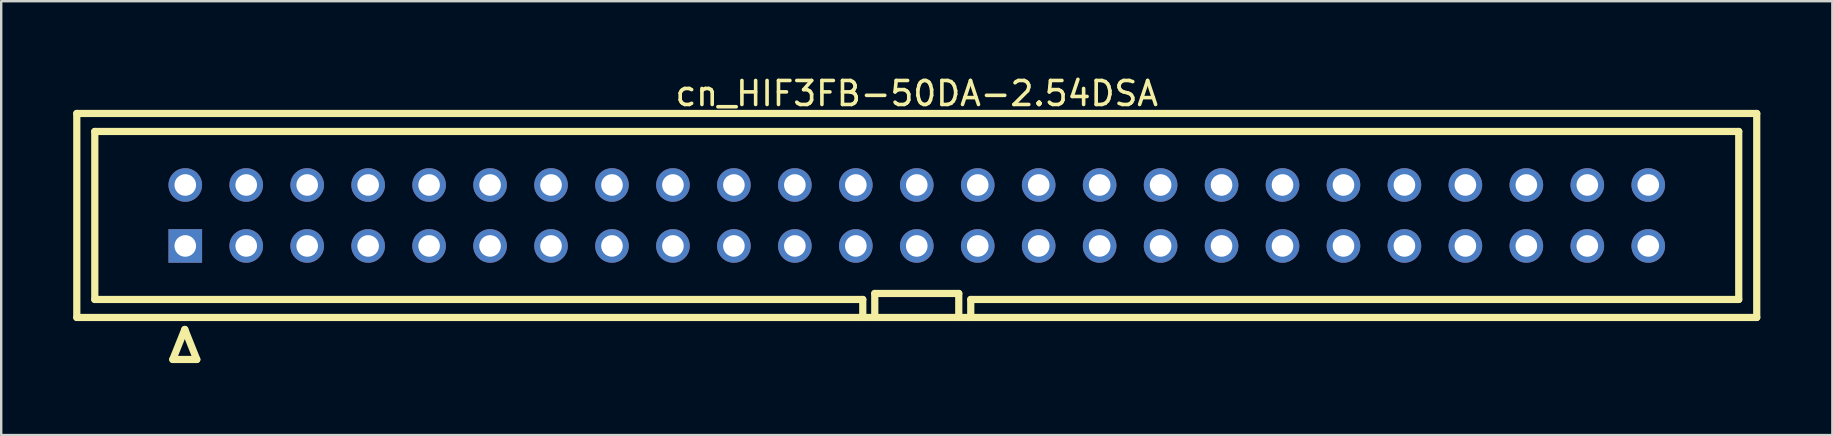
<source format=kicad_pcb>
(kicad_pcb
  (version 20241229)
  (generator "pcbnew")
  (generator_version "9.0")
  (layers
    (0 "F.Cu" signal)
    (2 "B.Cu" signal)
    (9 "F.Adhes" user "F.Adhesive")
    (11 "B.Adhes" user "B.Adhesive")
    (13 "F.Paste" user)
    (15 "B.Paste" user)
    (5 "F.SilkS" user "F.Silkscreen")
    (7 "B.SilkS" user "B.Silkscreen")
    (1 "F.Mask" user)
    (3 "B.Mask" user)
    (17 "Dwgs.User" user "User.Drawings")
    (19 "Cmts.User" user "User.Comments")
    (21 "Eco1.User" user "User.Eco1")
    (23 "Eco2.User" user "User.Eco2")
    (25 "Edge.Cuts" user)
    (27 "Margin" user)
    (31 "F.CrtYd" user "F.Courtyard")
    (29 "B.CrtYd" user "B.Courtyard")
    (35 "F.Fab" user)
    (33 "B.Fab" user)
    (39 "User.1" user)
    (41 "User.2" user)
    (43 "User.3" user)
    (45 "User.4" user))
  (footprint "cn_HIF3FB-50DA-2.54DSA"
    (layer "F.Cu")
    (at 35.15 5.928)
    (property "Reference" "cn_HIF3FB-50DA-2.54DSA" (at 0 -5.08 0) (layer "F.SilkS") (effects (font (size 1 1) (thickness 0.15))))
    (attr through_hole)
    (fp_line (start -35 -4.25) (end -35 4.25) (stroke (width 0.3) (type solid)) (layer "F.SilkS"))
    (fp_line (start -35 4.25) (end 35 4.25) (stroke (width 0.3) (type solid)) (layer "F.SilkS"))
    (fp_line (start -34.25 -3.5) (end -34.25 3.5) (stroke (width 0.3) (type solid)) (layer "F.SilkS"))
    (fp_line (start -34.25 3.5) (end -2.25 3.5) (stroke (width 0.3) (type solid)) (layer "F.SilkS"))
    (fp_line (start -31 6) (end -30 6) (stroke (width 0.3) (type solid)) (layer "F.SilkS"))
    (fp_line (start -30.5 4.75) (end -31 6) (stroke (width 0.3) (type solid)) (layer "F.SilkS"))
    (fp_line (start -30 6) (end -30.5 4.75) (stroke (width 0.3) (type solid)) (layer "F.SilkS"))
    (fp_line (start -2.25 3.5) (end -2.25 4.25) (stroke (width 0.3) (type solid)) (layer "F.SilkS"))
    (fp_line (start -1.75 3.25) (end 1.75 3.25) (stroke (width 0.3) (type solid)) (layer "F.SilkS"))
    (fp_line (start -1.75 4.25) (end -1.75 3.25) (stroke (width 0.3) (type solid)) (layer "F.SilkS"))
    (fp_line (start 1.75 3.25) (end 1.75 4.25) (stroke (width 0.3) (type solid)) (layer "F.SilkS"))
    (fp_line (start 2.25 3.5) (end 34.25 3.5) (stroke (width 0.3) (type solid)) (layer "F.SilkS"))
    (fp_line (start 2.25 4.25) (end 2.25 3.5) (stroke (width 0.3) (type solid)) (layer "F.SilkS"))
    (fp_line (start 34.25 -3.5) (end -34.25 -3.5) (stroke (width 0.3) (type solid)) (layer "F.SilkS"))
    (fp_line (start 34.25 3.5) (end 34.25 -3.5) (stroke (width 0.3) (type solid)) (layer "F.SilkS"))
    (fp_line (start 35 -4.25) (end -35 -4.25) (stroke (width 0.3) (type solid)) (layer "F.SilkS"))
    (fp_line (start 35 4.25) (end 35 -4.25) (stroke (width 0.3) (type solid)) (layer "F.SilkS"))
    (pad "1" thru_hole rect (at -30.48 1.27) (size 1.4 1.4) (drill 0.9) (layers "*.Cu" "*.Mask"))
    (pad "2" thru_hole circle (at -30.48 -1.27) (size 1.4 1.4) (drill 0.9) (layers "*.Cu" "*.Mask"))
    (pad "3" thru_hole circle (at -27.94 1.27) (size 1.4 1.4) (drill 0.9) (layers "*.Cu" "*.Mask"))
    (pad "4" thru_hole circle (at -27.94 -1.27) (size 1.4 1.4) (drill 0.9) (layers "*.Cu" "*.Mask"))
    (pad "5" thru_hole circle (at -25.4 1.27) (size 1.4 1.4) (drill 0.9) (layers "*.Cu" "*.Mask"))
    (pad "6" thru_hole circle (at -25.4 -1.27) (size 1.4 1.4) (drill 0.9) (layers "*.Cu" "*.Mask"))
    (pad "7" thru_hole circle (at -22.86 1.27) (size 1.4 1.4) (drill 0.9) (layers "*.Cu" "*.Mask"))
    (pad "8" thru_hole circle (at -22.86 -1.27) (size 1.4 1.4) (drill 0.9) (layers "*.Cu" "*.Mask"))
    (pad "9" thru_hole circle (at -20.32 1.27) (size 1.4 1.4) (drill 0.9) (layers "*.Cu" "*.Mask"))
    (pad "10" thru_hole circle (at -20.32 -1.27) (size 1.4 1.4) (drill 0.9) (layers "*.Cu" "*.Mask"))
    (pad "11" thru_hole circle (at -17.78 1.27) (size 1.4 1.4) (drill 0.9) (layers "*.Cu" "*.Mask"))
    (pad "12" thru_hole circle (at -17.78 -1.27) (size 1.4 1.4) (drill 0.9) (layers "*.Cu" "*.Mask"))
    (pad "13" thru_hole circle (at -15.24 1.27) (size 1.4 1.4) (drill 0.9) (layers "*.Cu" "*.Mask"))
    (pad "14" thru_hole circle (at -15.24 -1.27) (size 1.4 1.4) (drill 0.9) (layers "*.Cu" "*.Mask"))
    (pad "15" thru_hole circle (at -12.7 1.27) (size 1.4 1.4) (drill 0.9) (layers "*.Cu" "*.Mask"))
    (pad "16" thru_hole circle (at -12.7 -1.27) (size 1.4 1.4) (drill 0.9) (layers "*.Cu" "*.Mask"))
    (pad "17" thru_hole circle (at -10.16 1.27) (size 1.4 1.4) (drill 0.9) (layers "*.Cu" "*.Mask"))
    (pad "18" thru_hole circle (at -10.16 -1.27) (size 1.4 1.4) (drill 0.9) (layers "*.Cu" "*.Mask"))
    (pad "19" thru_hole circle (at -7.62 1.27) (size 1.4 1.4) (drill 0.9) (layers "*.Cu" "*.Mask"))
    (pad "20" thru_hole circle (at -7.62 -1.27) (size 1.4 1.4) (drill 0.9) (layers "*.Cu" "*.Mask"))
    (pad "21" thru_hole circle (at -5.08 1.27) (size 1.4 1.4) (drill 0.9) (layers "*.Cu" "*.Mask"))
    (pad "22" thru_hole circle (at -5.08 -1.27) (size 1.4 1.4) (drill 0.9) (layers "*.Cu" "*.Mask"))
    (pad "23" thru_hole circle (at -2.54 1.27) (size 1.4 1.4) (drill 0.9) (layers "*.Cu" "*.Mask"))
    (pad "24" thru_hole circle (at -2.54 -1.27) (size 1.4 1.4) (drill 0.9) (layers "*.Cu" "*.Mask"))
    (pad "25" thru_hole circle (at 0 1.27) (size 1.4 1.4) (drill 0.9) (layers "*.Cu" "*.Mask"))
    (pad "26" thru_hole circle (at 0 -1.27) (size 1.4 1.4) (drill 0.9) (layers "*.Cu" "*.Mask"))
    (pad "27" thru_hole circle (at 2.54 1.27) (size 1.4 1.4) (drill 0.9) (layers "*.Cu" "*.Mask"))
    (pad "28" thru_hole circle (at 2.54 -1.27) (size 1.4 1.4) (drill 0.9) (layers "*.Cu" "*.Mask"))
    (pad "29" thru_hole circle (at 5.08 1.27) (size 1.4 1.4) (drill 0.9) (layers "*.Cu" "*.Mask"))
    (pad "30" thru_hole circle (at 5.08 -1.27) (size 1.4 1.4) (drill 0.9) (layers "*.Cu" "*.Mask"))
    (pad "31" thru_hole circle (at 7.62 1.27) (size 1.4 1.4) (drill 0.9) (layers "*.Cu" "*.Mask"))
    (pad "32" thru_hole circle (at 7.62 -1.27) (size 1.4 1.4) (drill 0.9) (layers "*.Cu" "*.Mask"))
    (pad "33" thru_hole circle (at 10.16 1.27) (size 1.4 1.4) (drill 0.9) (layers "*.Cu" "*.Mask"))
    (pad "34" thru_hole circle (at 10.16 -1.27) (size 1.4 1.4) (drill 0.9) (layers "*.Cu" "*.Mask"))
    (pad "35" thru_hole circle (at 12.7 1.27) (size 1.4 1.4) (drill 0.9) (layers "*.Cu" "*.Mask"))
    (pad "36" thru_hole circle (at 12.7 -1.27) (size 1.4 1.4) (drill 0.9) (layers "*.Cu" "*.Mask"))
    (pad "37" thru_hole circle (at 15.24 1.27) (size 1.4 1.4) (drill 0.9) (layers "*.Cu" "*.Mask"))
    (pad "38" thru_hole circle (at 15.24 -1.27) (size 1.4 1.4) (drill 0.9) (layers "*.Cu" "*.Mask"))
    (pad "39" thru_hole circle (at 17.78 1.27) (size 1.4 1.4) (drill 0.9) (layers "*.Cu" "*.Mask"))
    (pad "40" thru_hole circle (at 17.78 -1.27) (size 1.4 1.4) (drill 0.9) (layers "*.Cu" "*.Mask"))
    (pad "41" thru_hole circle (at 20.32 1.27) (size 1.4 1.4) (drill 0.9) (layers "*.Cu" "*.Mask"))
    (pad "42" thru_hole circle (at 20.32 -1.27) (size 1.4 1.4) (drill 0.9) (layers "*.Cu" "*.Mask"))
    (pad "43" thru_hole circle (at 22.86 1.27) (size 1.4 1.4) (drill 0.9) (layers "*.Cu" "*.Mask"))
    (pad "44" thru_hole circle (at 22.86 -1.27) (size 1.4 1.4) (drill 0.9) (layers "*.Cu" "*.Mask"))
    (pad "45" thru_hole circle (at 25.4 1.27) (size 1.4 1.4) (drill 0.9) (layers "*.Cu" "*.Mask"))
    (pad "46" thru_hole circle (at 25.4 -1.27) (size 1.4 1.4) (drill 0.9) (layers "*.Cu" "*.Mask"))
    (pad "47" thru_hole circle (at 27.94 1.27) (size 1.4 1.4) (drill 0.9) (layers "*.Cu" "*.Mask"))
    (pad "48" thru_hole circle (at 27.94 -1.27) (size 1.4 1.4) (drill 0.9) (layers "*.Cu" "*.Mask"))
    (pad "49" thru_hole circle (at 30.48 1.27) (size 1.4 1.4) (drill 0.9) (layers "*.Cu" "*.Mask"))
    (pad "50" thru_hole circle (at 30.48 -1.27) (size 1.4 1.4) (drill 0.9) (layers "*.Cu" "*.Mask")))
  (gr_rect
    (start -3 -3)
    (end 73.3 15.078)
    (stroke (width 0.1) (type default))
    (fill no)
    (layer "Edge.Cuts")))
</source>
